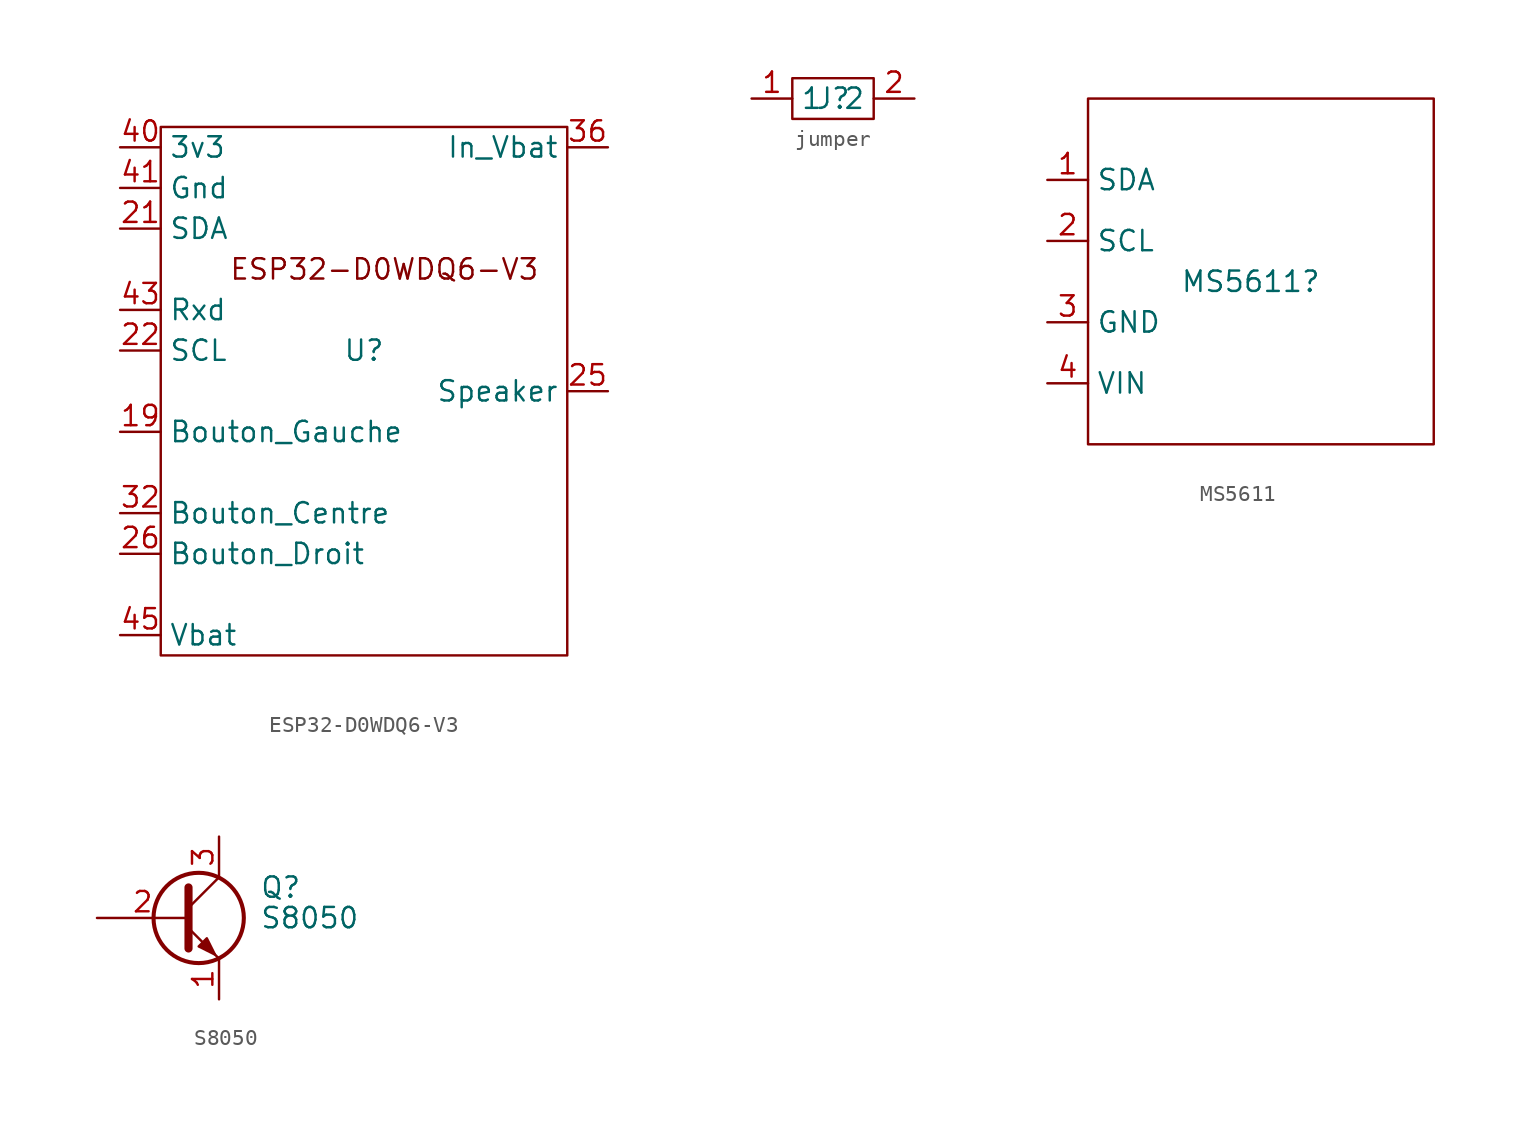
<source format=kicad_sym>
(kicad_symbol_lib
  (version 20220914)
  (generator kicad_symbol_editor)
  (symbol "ESP32-D0WDQ6-V3"
    (property "Reference" "U"
      (at 0 0 0)
      (effects (font (size 1.27 1.27))))
    (property "Value" ""
      (at 0 0 0)
      (effects (font (size 1.27 1.27))))
    (symbol "ESP32-D0WDQ6-V3_1_1"
      (rectangle (start -12.7 13.97) (end 12.7 -19.05) (stroke (width 0) (type default)) (fill (type none)))
      (text "ESP32-D0WDQ6-V3" (at 1.27 5.08 0) (effects (font (size 1.27 1.27))))
      (pin input line (at -15.24 -5.08 0) (length 2.54) (name "Bouton_Gauche" (effects (font (size 1.27 1.27)))) (number "19" (effects (font (size 1.27 1.27)))))
      (pin input line (at -15.24 7.62 0) (length 2.54) (name "SDA" (effects (font (size 1.27 1.27)))) (number "21" (effects (font (size 1.27 1.27)))))
      (pin input line (at -15.24 0 0) (length 2.54) (name "SCL" (effects (font (size 1.27 1.27)))) (number "22" (effects (font (size 1.27 1.27)))))
      (pin output line (at 15.24 -2.54 180) (length 2.54) (name "Speaker" (effects (font (size 1.27 1.27)))) (number "25" (effects (font (size 1.27 1.27)))))
      (pin input line (at -15.24 -12.7 0) (length 2.54) (name "Bouton_Droit" (effects (font (size 1.27 1.27)))) (number "26" (effects (font (size 1.27 1.27)))))
      (pin input line (at -15.24 -10.16 0) (length 2.54) (name "Bouton_Centre" (effects (font (size 1.27 1.27)))) (number "32" (effects (font (size 1.27 1.27)))))
      (pin input line (at 15.24 12.7 180) (length 2.54) (name "In_Vbat" (effects (font (size 1.27 1.27)))) (number "36" (effects (font (size 1.27 1.27)))))
      (pin output line (at -15.24 12.7 0) (length 2.54) (name "3v3" (effects (font (size 1.27 1.27)))) (number "40" (effects (font (size 1.27 1.27)))))
      (pin output line (at -15.24 10.16 0) (length 2.54) (name "Gnd" (effects (font (size 1.27 1.27)))) (number "41" (effects (font (size 1.27 1.27)))))
      (pin input line (at -15.24 2.54 0) (length 2.54) (name "Rxd" (effects (font (size 1.27 1.27)))) (number "43" (effects (font (size 1.27 1.27)))))
      (pin output line (at -15.24 -17.78 0) (length 2.54) (name "Vbat" (effects (font (size 1.27 1.27)))) (number "45" (effects (font (size 1.27 1.27)))))))
  (symbol "jumper"
    (property "Reference" "J"
      (at 0 0 0)
      (effects (font (size 1.27 1.27))))
    (property "Value" ""
      (at 0 0 0)
      (effects (font (size 1.27 1.27))))
    (symbol "jumper_0_1"
      (rectangle (start -2.54 1.27) (end 2.54 -1.27) (stroke (width 0) (type default)) (fill (type none))))
    (symbol "jumper_1_1"
      (pin input line (at -5.08 0 0) (length 2.54) (name "1" (effects (font (size 1.27 1.27)))) (number "1" (effects (font (size 1.27 1.27)))))
      (pin input line (at 5.08 0 180) (length 2.54) (name "2" (effects (font (size 1.27 1.27)))) (number "2" (effects (font (size 1.27 1.27)))))))
  (symbol "MS5611"
    (property "Reference" "MS5611"
      (at 5.08 0 0)
      (effects (font (size 1.27 1.27))))
    (property "Value" ""
      (at 0 0 0)
      (effects (font (size 1.27 1.27))))
    (symbol "MS5611_0_1"
      (rectangle (start -5.08 11.43) (end 16.51 -10.16) (stroke (width 0) (type default)) (fill (type none))))
    (symbol "MS5611_1_1"
      (pin input line (at -7.62 6.35 0) (length 2.54) (name "SDA" (effects (font (size 1.27 1.27)))) (number "1" (effects (font (size 1.27 1.27)))))
      (pin input line (at -7.62 2.54 0) (length 2.54) (name "SCL" (effects (font (size 1.27 1.27)))) (number "2" (effects (font (size 1.27 1.27)))))
      (pin input line (at -7.62 -2.54 0) (length 2.54) (name "GND" (effects (font (size 1.27 1.27)))) (number "3" (effects (font (size 1.27 1.27)))))
      (pin input line (at -7.62 -6.35 0) (length 2.54) (name "VIN" (effects (font (size 1.27 1.27)))) (number "4" (effects (font (size 1.27 1.27)))))))
  (symbol "S8050"
    (pin_names
      (offset 0) hide)
    (property "Reference" "Q"
      (at 5.08 1.905 0)
      (effects (font (size 1.27 1.27)) (justify left)))
    (property "Value" "S8050"
      (at 5.08 0 0)
      (effects (font (size 1.27 1.27)) (justify left)))
    (symbol "S8050_0_1"
      (polyline (pts (xy 0.635 0.635) (xy 2.54 2.54)) (stroke (width 0) (type default)) (fill (type none)))
      (polyline (pts (xy 0.635 -0.635) (xy 2.54 -2.54) (xy 2.54 -2.54)) (stroke (width 0) (type default)) (fill (type none)))
      (polyline (pts (xy 0.635 1.905) (xy 0.635 -1.905) (xy 0.635 -1.905)) (stroke (width 0.508) (type default)) (fill (type none)))
      (polyline (pts (xy 1.27 -1.778) (xy 1.778 -1.27) (xy 2.286 -2.286) (xy 1.27 -1.778) (xy 1.27 -1.778)) (stroke (width 0) (type default)) (fill (type outline)))
      (circle (center 1.27 0) (radius 2.819) (stroke (width 0.254) (type default)) (fill (type none))))
    (symbol "S8050_1_1"
      (pin passive line (at 2.54 -5.08 90) (length 2.54) (name "E" (effects (font (size 1.27 1.27)))) (number "1" (effects (font (size 1.27 1.27)))))
      (pin passive line (at -5.08 0 0) (length 5.715) (name "B" (effects (font (size 1.27 1.27)))) (number "2" (effects (font (size 1.27 1.27)))))
      (pin passive line (at 2.54 5.08 270) (length 2.54) (name "C" (effects (font (size 1.27 1.27)))) (number "3" (effects (font (size 1.27 1.27))))))))
</source>
